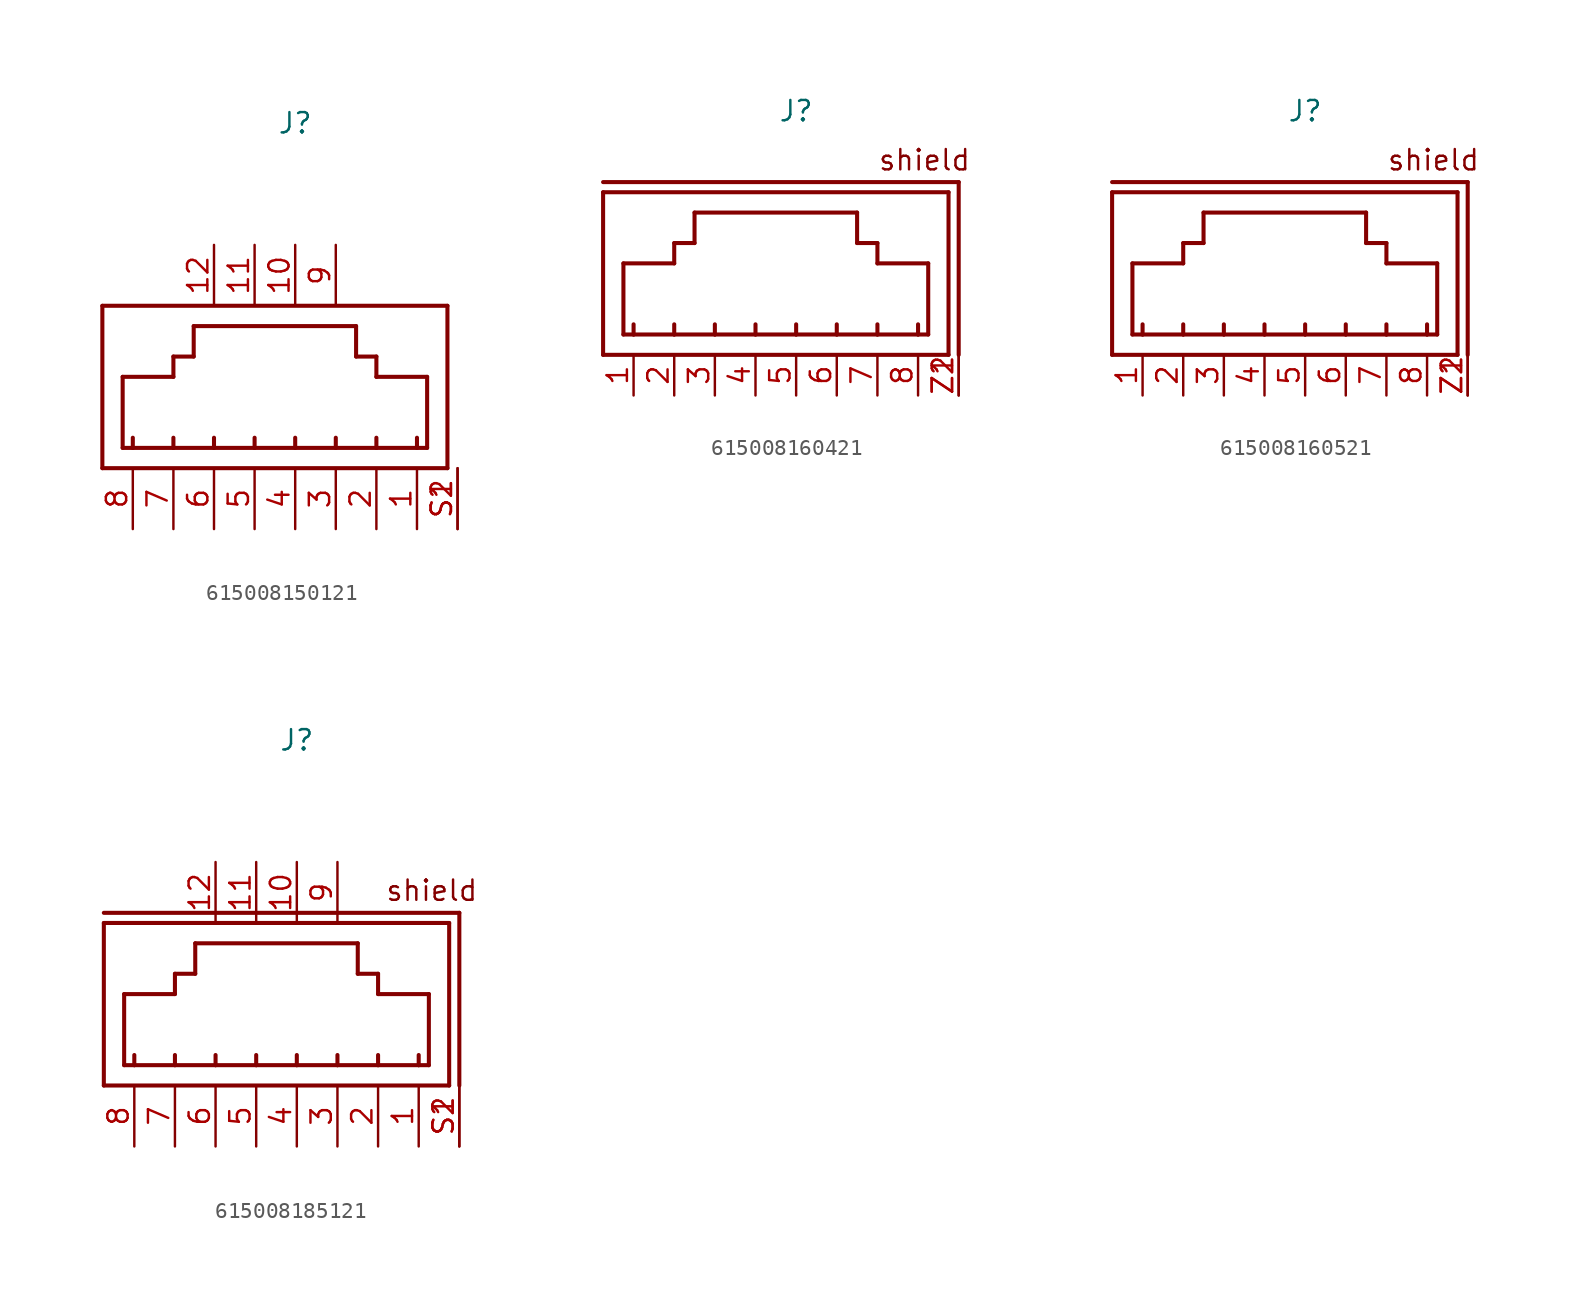
<source format=kicad_sym>
(kicad_symbol_lib
  (version 20241209)
  (generator "kicad_symbol_editor")
  (generator_version "9.0")
  (symbol "615008150121"
    (pin_names
      (hide yes))
    (property "Reference" "J"
      (at 0 16.51 0)
      (effects (font (size 1.27 1.27))))
    (symbol "615008150121_1_0"
      (polyline (pts (xy -12.065 5.08) (xy 9.525 5.08)) (stroke (width 0.254) (type solid)) (fill (type none)))
      (polyline (pts (xy -12.065 -5.08) (xy -12.065 5.08)) (stroke (width 0.254) (type solid)) (fill (type none)))
      (polyline (pts (xy -10.795 0.635) (xy -7.62 0.635)) (stroke (width 0.254) (type solid)) (fill (type none)))
      (polyline (pts (xy -10.795 -3.81) (xy -10.795 0.635)) (stroke (width 0.254) (type solid)) (fill (type none)))
      (polyline (pts (xy -10.16 -3.81) (xy -10.795 -3.81)) (stroke (width 0.254) (type solid)) (fill (type none)))
      (polyline (pts (xy -10.16 -3.81) (xy -10.16 -3.175)) (stroke (width 0.254) (type solid)) (fill (type none)))
      (polyline (pts (xy -7.62 1.905) (xy -6.35 1.905)) (stroke (width 0.254) (type solid)) (fill (type none)))
      (polyline (pts (xy -7.62 0.635) (xy -7.62 1.905)) (stroke (width 0.254) (type solid)) (fill (type none)))
      (polyline (pts (xy -7.62 -3.81) (xy -10.16 -3.81)) (stroke (width 0.254) (type solid)) (fill (type none)))
      (polyline (pts (xy -7.62 -3.81) (xy -7.62 -3.175)) (stroke (width 0.254) (type solid)) (fill (type none)))
      (polyline (pts (xy -6.35 3.81) (xy 3.81 3.81)) (stroke (width 0.254) (type solid)) (fill (type none)))
      (polyline (pts (xy -6.35 1.905) (xy -6.35 3.81)) (stroke (width 0.254) (type solid)) (fill (type none)))
      (polyline (pts (xy -5.08 -3.81) (xy -7.62 -3.81)) (stroke (width 0.254) (type solid)) (fill (type none)))
      (polyline (pts (xy -5.08 -3.81) (xy -5.08 -3.175)) (stroke (width 0.254) (type solid)) (fill (type none)))
      (polyline (pts (xy -2.54 -3.81) (xy -5.08 -3.81)) (stroke (width 0.254) (type solid)) (fill (type none)))
      (polyline (pts (xy -2.54 -3.81) (xy -2.54 -3.175)) (stroke (width 0.254) (type solid)) (fill (type none)))
      (polyline (pts (xy 0 -3.81) (xy -2.54 -3.81)) (stroke (width 0.254) (type solid)) (fill (type none)))
      (polyline (pts (xy 0 -3.81) (xy 0 -3.175)) (stroke (width 0.254) (type solid)) (fill (type none)))
      (polyline (pts (xy 2.54 -3.81) (xy 0 -3.81)) (stroke (width 0.254) (type solid)) (fill (type none)))
      (polyline (pts (xy 2.54 -3.81) (xy 2.54 -3.175)) (stroke (width 0.254) (type solid)) (fill (type none)))
      (polyline (pts (xy 3.81 1.905) (xy 3.81 3.81)) (stroke (width 0.254) (type solid)) (fill (type none)))
      (polyline (pts (xy 5.08 1.905) (xy 3.81 1.905)) (stroke (width 0.254) (type solid)) (fill (type none)))
      (polyline (pts (xy 5.08 0.635) (xy 5.08 1.905)) (stroke (width 0.254) (type solid)) (fill (type none)))
      (polyline (pts (xy 5.08 -3.81) (xy 2.54 -3.81)) (stroke (width 0.254) (type solid)) (fill (type none)))
      (polyline (pts (xy 5.08 -3.81) (xy 5.08 -3.175)) (stroke (width 0.254) (type solid)) (fill (type none)))
      (polyline (pts (xy 7.62 -3.81) (xy 5.08 -3.81)) (stroke (width 0.254) (type solid)) (fill (type none)))
      (polyline (pts (xy 7.62 -3.81) (xy 7.62 -3.175)) (stroke (width 0.254) (type solid)) (fill (type none)))
      (polyline (pts (xy 8.255 0.635) (xy 5.08 0.635)) (stroke (width 0.254) (type solid)) (fill (type none)))
      (polyline (pts (xy 8.255 0.635) (xy 8.255 -3.81)) (stroke (width 0.254) (type solid)) (fill (type none)))
      (polyline (pts (xy 8.255 -3.81) (xy 7.62 -3.81)) (stroke (width 0.254) (type solid)) (fill (type none)))
      (polyline (pts (xy 9.525 5.08) (xy 9.525 -5.08)) (stroke (width 0.254) (type solid)) (fill (type none)))
      (polyline (pts (xy 9.525 -5.08) (xy -12.065 -5.08)) (stroke (width 0.254) (type solid)) (fill (type none)))
      (pin passive line (at -10.16 -8.89 90) (length 3.81) (name "8" (effects (font (size 1.27 1.27)))) (number "8" (effects (font (size 1.27 1.27)))))
      (pin passive line (at -7.62 -8.89 90) (length 3.81) (name "7" (effects (font (size 1.27 1.27)))) (number "7" (effects (font (size 1.27 1.27)))))
      (pin passive line (at -5.08 8.89 270) (length 3.81) (name "Y+" (effects (font (size 1.27 1.27)))) (number "12" (effects (font (size 1.27 1.27)))))
      (pin passive line (at -5.08 -8.89 90) (length 3.81) (name "6" (effects (font (size 1.27 1.27)))) (number "6" (effects (font (size 1.27 1.27)))))
      (pin passive line (at -2.54 8.89 270) (length 3.81) (name "Y-" (effects (font (size 1.27 1.27)))) (number "11" (effects (font (size 1.27 1.27)))))
      (pin passive line (at -2.54 -8.89 90) (length 3.81) (name "5" (effects (font (size 1.27 1.27)))) (number "5" (effects (font (size 1.27 1.27)))))
      (pin passive line (at 0 8.89 270) (length 3.81) (name "G+" (effects (font (size 1.27 1.27)))) (number "10" (effects (font (size 1.27 1.27)))))
      (pin passive line (at 0 -8.89 90) (length 3.81) (name "4" (effects (font (size 1.27 1.27)))) (number "4" (effects (font (size 1.27 1.27)))))
      (pin passive line (at 2.54 8.89 270) (length 3.81) (name "G-" (effects (font (size 1.27 1.27)))) (number "9" (effects (font (size 1.27 1.27)))))
      (pin passive line (at 2.54 -8.89 90) (length 3.81) (name "3" (effects (font (size 1.27 1.27)))) (number "3" (effects (font (size 1.27 1.27)))))
      (pin passive line (at 5.08 -8.89 90) (length 3.81) (name "2" (effects (font (size 1.27 1.27)))) (number "2" (effects (font (size 1.27 1.27)))))
      (pin passive line (at 7.62 -8.89 90) (length 3.81) (name "1" (effects (font (size 1.27 1.27)))) (number "1" (effects (font (size 1.27 1.27)))))
      (pin passive line (at 10.16 -8.89 90) (length 3.81) (name "SHIELD" (effects (font (size 1.27 1.27)))) (number "S1" (effects (font (size 1.27 1.27)))))
      (pin passive line (at 10.16 -8.89 90) (length 3.81) (name "SHIELD" (effects (font (size 1.27 1.27)))) (number "S2" (effects (font (size 1.27 1.27)))))))
  (symbol "615008160421"
    (pin_names
      (hide yes))
    (property "Reference" "J"
      (at 0 10.16 0)
      (effects (font (size 1.27 1.27))))
    (symbol "615008160421_1_0"
      (polyline (pts (xy -12.065 5.715) (xy 10.16 5.715)) (stroke (width 0.254) (type solid)) (fill (type none)))
      (polyline (pts (xy -12.065 5.08) (xy 9.525 5.08)) (stroke (width 0.254) (type solid)) (fill (type none)))
      (polyline (pts (xy -12.065 -5.08) (xy -12.065 5.08)) (stroke (width 0.254) (type solid)) (fill (type none)))
      (polyline (pts (xy -10.795 0.635) (xy -7.62 0.635)) (stroke (width 0.254) (type solid)) (fill (type none)))
      (polyline (pts (xy -10.795 -3.81) (xy -10.795 0.635)) (stroke (width 0.254) (type solid)) (fill (type none)))
      (polyline (pts (xy -10.16 -3.81) (xy -10.795 -3.81)) (stroke (width 0.254) (type solid)) (fill (type none)))
      (polyline (pts (xy -10.16 -3.81) (xy -10.16 -3.175)) (stroke (width 0.254) (type solid)) (fill (type none)))
      (polyline (pts (xy -7.62 1.905) (xy -6.35 1.905)) (stroke (width 0.254) (type solid)) (fill (type none)))
      (polyline (pts (xy -7.62 0.635) (xy -7.62 1.905)) (stroke (width 0.254) (type solid)) (fill (type none)))
      (polyline (pts (xy -7.62 -3.81) (xy -10.16 -3.81)) (stroke (width 0.254) (type solid)) (fill (type none)))
      (polyline (pts (xy -7.62 -3.81) (xy -7.62 -3.175)) (stroke (width 0.254) (type solid)) (fill (type none)))
      (polyline (pts (xy -6.35 3.81) (xy 3.81 3.81)) (stroke (width 0.254) (type solid)) (fill (type none)))
      (polyline (pts (xy -6.35 1.905) (xy -6.35 3.81)) (stroke (width 0.254) (type solid)) (fill (type none)))
      (polyline (pts (xy -5.08 -3.81) (xy -7.62 -3.81)) (stroke (width 0.254) (type solid)) (fill (type none)))
      (polyline (pts (xy -5.08 -3.81) (xy -5.08 -3.175)) (stroke (width 0.254) (type solid)) (fill (type none)))
      (polyline (pts (xy -2.54 -3.81) (xy -5.08 -3.81)) (stroke (width 0.254) (type solid)) (fill (type none)))
      (polyline (pts (xy -2.54 -3.81) (xy -2.54 -3.175)) (stroke (width 0.254) (type solid)) (fill (type none)))
      (polyline (pts (xy 0 -3.81) (xy -2.54 -3.81)) (stroke (width 0.254) (type solid)) (fill (type none)))
      (polyline (pts (xy 0 -3.81) (xy 0 -3.175)) (stroke (width 0.254) (type solid)) (fill (type none)))
      (polyline (pts (xy 2.54 -3.81) (xy 0 -3.81)) (stroke (width 0.254) (type solid)) (fill (type none)))
      (polyline (pts (xy 2.54 -3.81) (xy 2.54 -3.175)) (stroke (width 0.254) (type solid)) (fill (type none)))
      (polyline (pts (xy 3.81 1.905) (xy 3.81 3.81)) (stroke (width 0.254) (type solid)) (fill (type none)))
      (polyline (pts (xy 5.08 1.905) (xy 3.81 1.905)) (stroke (width 0.254) (type solid)) (fill (type none)))
      (polyline (pts (xy 5.08 0.635) (xy 5.08 1.905)) (stroke (width 0.254) (type solid)) (fill (type none)))
      (polyline (pts (xy 5.08 -3.81) (xy 2.54 -3.81)) (stroke (width 0.254) (type solid)) (fill (type none)))
      (polyline (pts (xy 5.08 -3.81) (xy 5.08 -3.175)) (stroke (width 0.254) (type solid)) (fill (type none)))
      (polyline (pts (xy 7.62 -3.81) (xy 5.08 -3.81)) (stroke (width 0.254) (type solid)) (fill (type none)))
      (polyline (pts (xy 7.62 -3.81) (xy 7.62 -3.175)) (stroke (width 0.254) (type solid)) (fill (type none)))
      (polyline (pts (xy 8.255 0.635) (xy 5.08 0.635)) (stroke (width 0.254) (type solid)) (fill (type none)))
      (polyline (pts (xy 8.255 0.635) (xy 8.255 -3.81)) (stroke (width 0.254) (type solid)) (fill (type none)))
      (polyline (pts (xy 8.255 -3.81) (xy 7.62 -3.81)) (stroke (width 0.254) (type solid)) (fill (type none)))
      (polyline (pts (xy 9.525 5.08) (xy 9.525 -5.08)) (stroke (width 0.254) (type solid)) (fill (type none)))
      (polyline (pts (xy 9.525 -5.08) (xy -12.065 -5.08)) (stroke (width 0.254) (type solid)) (fill (type none)))
      (polyline (pts (xy 10.16 5.715) (xy 10.16 -5.08)) (stroke (width 0.254) (type solid)) (fill (type none)))
      (pin passive line (at -10.16 -7.62 90) (length 2.54) (name "1" (effects (font (size 1.27 1.27)))) (number "1" (effects (font (size 1.27 1.27)))))
      (pin passive line (at -7.62 -7.62 90) (length 2.54) (name "2" (effects (font (size 1.27 1.27)))) (number "2" (effects (font (size 1.27 1.27)))))
      (pin passive line (at -5.08 -7.62 90) (length 2.54) (name "3" (effects (font (size 1.27 1.27)))) (number "3" (effects (font (size 1.27 1.27)))))
      (pin passive line (at -2.54 -7.62 90) (length 2.54) (name "4" (effects (font (size 1.27 1.27)))) (number "4" (effects (font (size 1.27 1.27)))))
      (pin passive line (at 0 -7.62 90) (length 2.54) (name "5" (effects (font (size 1.27 1.27)))) (number "5" (effects (font (size 1.27 1.27)))))
      (pin passive line (at 2.54 -7.62 90) (length 2.54) (name "6" (effects (font (size 1.27 1.27)))) (number "6" (effects (font (size 1.27 1.27)))))
      (pin passive line (at 5.08 -7.62 90) (length 2.54) (name "7" (effects (font (size 1.27 1.27)))) (number "7" (effects (font (size 1.27 1.27)))))
      (pin passive line (at 7.62 -7.62 90) (length 2.54) (name "8" (effects (font (size 1.27 1.27)))) (number "8" (effects (font (size 1.27 1.27)))))
      (pin passive line (at 10.16 -7.62 90) (length 2.54) (name "SHIELD" (effects (font (size 1.27 1.27)))) (number "Z1" (effects (font (size 1.27 1.27)))))
      (pin passive line (at 10.16 -7.62 90) (length 2.54) (name "SHIELD" (effects (font (size 1.27 1.27)))) (number "Z2" (effects (font (size 1.27 1.27))))))
    (symbol "615008160421_1_1"
      (text "shield" (at 5.08 6.35 0) (effects (font (size 1.27 1.27)) (justify left bottom)))))
  (symbol "615008160521"
    (pin_names
      (hide yes))
    (property "Reference" "J"
      (at 0 10.16 0)
      (effects (font (size 1.27 1.27))))
    (symbol "615008160521_1_0"
      (polyline (pts (xy -12.065 5.715) (xy 10.16 5.715)) (stroke (width 0.254) (type solid)) (fill (type none)))
      (polyline (pts (xy -12.065 5.08) (xy 9.525 5.08)) (stroke (width 0.254) (type solid)) (fill (type none)))
      (polyline (pts (xy -12.065 -5.08) (xy -12.065 5.08)) (stroke (width 0.254) (type solid)) (fill (type none)))
      (polyline (pts (xy -10.795 0.635) (xy -7.62 0.635)) (stroke (width 0.254) (type solid)) (fill (type none)))
      (polyline (pts (xy -10.795 -3.81) (xy -10.795 0.635)) (stroke (width 0.254) (type solid)) (fill (type none)))
      (polyline (pts (xy -10.16 -3.81) (xy -10.795 -3.81)) (stroke (width 0.254) (type solid)) (fill (type none)))
      (polyline (pts (xy -10.16 -3.81) (xy -10.16 -3.175)) (stroke (width 0.254) (type solid)) (fill (type none)))
      (polyline (pts (xy -7.62 1.905) (xy -6.35 1.905)) (stroke (width 0.254) (type solid)) (fill (type none)))
      (polyline (pts (xy -7.62 0.635) (xy -7.62 1.905)) (stroke (width 0.254) (type solid)) (fill (type none)))
      (polyline (pts (xy -7.62 -3.81) (xy -10.16 -3.81)) (stroke (width 0.254) (type solid)) (fill (type none)))
      (polyline (pts (xy -7.62 -3.81) (xy -7.62 -3.175)) (stroke (width 0.254) (type solid)) (fill (type none)))
      (polyline (pts (xy -6.35 3.81) (xy 3.81 3.81)) (stroke (width 0.254) (type solid)) (fill (type none)))
      (polyline (pts (xy -6.35 1.905) (xy -6.35 3.81)) (stroke (width 0.254) (type solid)) (fill (type none)))
      (polyline (pts (xy -5.08 -3.81) (xy -7.62 -3.81)) (stroke (width 0.254) (type solid)) (fill (type none)))
      (polyline (pts (xy -5.08 -3.81) (xy -5.08 -3.175)) (stroke (width 0.254) (type solid)) (fill (type none)))
      (polyline (pts (xy -2.54 -3.81) (xy -5.08 -3.81)) (stroke (width 0.254) (type solid)) (fill (type none)))
      (polyline (pts (xy -2.54 -3.81) (xy -2.54 -3.175)) (stroke (width 0.254) (type solid)) (fill (type none)))
      (polyline (pts (xy 0 -3.81) (xy -2.54 -3.81)) (stroke (width 0.254) (type solid)) (fill (type none)))
      (polyline (pts (xy 0 -3.81) (xy 0 -3.175)) (stroke (width 0.254) (type solid)) (fill (type none)))
      (polyline (pts (xy 2.54 -3.81) (xy 0 -3.81)) (stroke (width 0.254) (type solid)) (fill (type none)))
      (polyline (pts (xy 2.54 -3.81) (xy 2.54 -3.175)) (stroke (width 0.254) (type solid)) (fill (type none)))
      (polyline (pts (xy 3.81 1.905) (xy 3.81 3.81)) (stroke (width 0.254) (type solid)) (fill (type none)))
      (polyline (pts (xy 5.08 1.905) (xy 3.81 1.905)) (stroke (width 0.254) (type solid)) (fill (type none)))
      (polyline (pts (xy 5.08 0.635) (xy 5.08 1.905)) (stroke (width 0.254) (type solid)) (fill (type none)))
      (polyline (pts (xy 5.08 -3.81) (xy 2.54 -3.81)) (stroke (width 0.254) (type solid)) (fill (type none)))
      (polyline (pts (xy 5.08 -3.81) (xy 5.08 -3.175)) (stroke (width 0.254) (type solid)) (fill (type none)))
      (polyline (pts (xy 7.62 -3.81) (xy 5.08 -3.81)) (stroke (width 0.254) (type solid)) (fill (type none)))
      (polyline (pts (xy 7.62 -3.81) (xy 7.62 -3.175)) (stroke (width 0.254) (type solid)) (fill (type none)))
      (polyline (pts (xy 8.255 0.635) (xy 5.08 0.635)) (stroke (width 0.254) (type solid)) (fill (type none)))
      (polyline (pts (xy 8.255 0.635) (xy 8.255 -3.81)) (stroke (width 0.254) (type solid)) (fill (type none)))
      (polyline (pts (xy 8.255 -3.81) (xy 7.62 -3.81)) (stroke (width 0.254) (type solid)) (fill (type none)))
      (polyline (pts (xy 9.525 5.08) (xy 9.525 -5.08)) (stroke (width 0.254) (type solid)) (fill (type none)))
      (polyline (pts (xy 9.525 -5.08) (xy -12.065 -5.08)) (stroke (width 0.254) (type solid)) (fill (type none)))
      (polyline (pts (xy 10.16 5.715) (xy 10.16 -5.08)) (stroke (width 0.254) (type solid)) (fill (type none)))
      (pin passive line (at -10.16 -7.62 90) (length 2.54) (name "1" (effects (font (size 1.27 1.27)))) (number "1" (effects (font (size 1.27 1.27)))))
      (pin passive line (at -7.62 -7.62 90) (length 2.54) (name "2" (effects (font (size 1.27 1.27)))) (number "2" (effects (font (size 1.27 1.27)))))
      (pin passive line (at -5.08 -7.62 90) (length 2.54) (name "3" (effects (font (size 1.27 1.27)))) (number "3" (effects (font (size 1.27 1.27)))))
      (pin passive line (at -2.54 -7.62 90) (length 2.54) (name "4" (effects (font (size 1.27 1.27)))) (number "4" (effects (font (size 1.27 1.27)))))
      (pin passive line (at 0 -7.62 90) (length 2.54) (name "5" (effects (font (size 1.27 1.27)))) (number "5" (effects (font (size 1.27 1.27)))))
      (pin passive line (at 2.54 -7.62 90) (length 2.54) (name "6" (effects (font (size 1.27 1.27)))) (number "6" (effects (font (size 1.27 1.27)))))
      (pin passive line (at 5.08 -7.62 90) (length 2.54) (name "7" (effects (font (size 1.27 1.27)))) (number "7" (effects (font (size 1.27 1.27)))))
      (pin passive line (at 7.62 -7.62 90) (length 2.54) (name "8" (effects (font (size 1.27 1.27)))) (number "8" (effects (font (size 1.27 1.27)))))
      (pin passive line (at 10.16 -7.62 90) (length 2.54) (name "SHIELD" (effects (font (size 1.27 1.27)))) (number "Z1" (effects (font (size 1.27 1.27)))))
      (pin passive line (at 10.16 -7.62 90) (length 2.54) (name "SHIELD" (effects (font (size 1.27 1.27)))) (number "Z2" (effects (font (size 1.27 1.27))))))
    (symbol "615008160521_1_1"
      (text "shield" (at 5.08 6.35 0) (effects (font (size 1.27 1.27)) (justify left bottom)))))
  (symbol "615008185121"
    (pin_names
      (hide yes))
    (property "Reference" "J"
      (at 0 16.51 0)
      (effects (font (size 1.27 1.27))))
    (symbol "615008185121_1_0"
      (polyline (pts (xy -12.065 5.715) (xy 10.16 5.715)) (stroke (width 0.254) (type solid)) (fill (type none)))
      (polyline (pts (xy -12.065 5.08) (xy 9.525 5.08)) (stroke (width 0.254) (type solid)) (fill (type none)))
      (polyline (pts (xy -12.065 -5.08) (xy -12.065 5.08)) (stroke (width 0.254) (type solid)) (fill (type none)))
      (polyline (pts (xy -10.795 0.635) (xy -7.62 0.635)) (stroke (width 0.254) (type solid)) (fill (type none)))
      (polyline (pts (xy -10.795 -3.81) (xy -10.795 0.635)) (stroke (width 0.254) (type solid)) (fill (type none)))
      (polyline (pts (xy -10.16 -3.81) (xy -10.795 -3.81)) (stroke (width 0.254) (type solid)) (fill (type none)))
      (polyline (pts (xy -10.16 -3.81) (xy -10.16 -3.175)) (stroke (width 0.254) (type solid)) (fill (type none)))
      (polyline (pts (xy -7.62 1.905) (xy -6.35 1.905)) (stroke (width 0.254) (type solid)) (fill (type none)))
      (polyline (pts (xy -7.62 0.635) (xy -7.62 1.905)) (stroke (width 0.254) (type solid)) (fill (type none)))
      (polyline (pts (xy -7.62 -3.81) (xy -10.16 -3.81)) (stroke (width 0.254) (type solid)) (fill (type none)))
      (polyline (pts (xy -7.62 -3.81) (xy -7.62 -3.175)) (stroke (width 0.254) (type solid)) (fill (type none)))
      (polyline (pts (xy -6.35 3.81) (xy 3.81 3.81)) (stroke (width 0.254) (type solid)) (fill (type none)))
      (polyline (pts (xy -6.35 1.905) (xy -6.35 3.81)) (stroke (width 0.254) (type solid)) (fill (type none)))
      (polyline (pts (xy -5.08 -3.81) (xy -7.62 -3.81)) (stroke (width 0.254) (type solid)) (fill (type none)))
      (polyline (pts (xy -5.08 -3.81) (xy -5.08 -3.175)) (stroke (width 0.254) (type solid)) (fill (type none)))
      (polyline (pts (xy -2.54 -3.81) (xy -5.08 -3.81)) (stroke (width 0.254) (type solid)) (fill (type none)))
      (polyline (pts (xy -2.54 -3.81) (xy -2.54 -3.175)) (stroke (width 0.254) (type solid)) (fill (type none)))
      (polyline (pts (xy 0 -3.81) (xy -2.54 -3.81)) (stroke (width 0.254) (type solid)) (fill (type none)))
      (polyline (pts (xy 0 -3.81) (xy 0 -3.175)) (stroke (width 0.254) (type solid)) (fill (type none)))
      (polyline (pts (xy 2.54 -3.81) (xy 0 -3.81)) (stroke (width 0.254) (type solid)) (fill (type none)))
      (polyline (pts (xy 2.54 -3.81) (xy 2.54 -3.175)) (stroke (width 0.254) (type solid)) (fill (type none)))
      (polyline (pts (xy 3.81 1.905) (xy 3.81 3.81)) (stroke (width 0.254) (type solid)) (fill (type none)))
      (polyline (pts (xy 5.08 1.905) (xy 3.81 1.905)) (stroke (width 0.254) (type solid)) (fill (type none)))
      (polyline (pts (xy 5.08 0.635) (xy 5.08 1.905)) (stroke (width 0.254) (type solid)) (fill (type none)))
      (polyline (pts (xy 5.08 -3.81) (xy 2.54 -3.81)) (stroke (width 0.254) (type solid)) (fill (type none)))
      (polyline (pts (xy 5.08 -3.81) (xy 5.08 -3.175)) (stroke (width 0.254) (type solid)) (fill (type none)))
      (polyline (pts (xy 7.62 -3.81) (xy 5.08 -3.81)) (stroke (width 0.254) (type solid)) (fill (type none)))
      (polyline (pts (xy 7.62 -3.81) (xy 7.62 -3.175)) (stroke (width 0.254) (type solid)) (fill (type none)))
      (polyline (pts (xy 8.255 0.635) (xy 5.08 0.635)) (stroke (width 0.254) (type solid)) (fill (type none)))
      (polyline (pts (xy 8.255 0.635) (xy 8.255 -3.81)) (stroke (width 0.254) (type solid)) (fill (type none)))
      (polyline (pts (xy 8.255 -3.81) (xy 7.62 -3.81)) (stroke (width 0.254) (type solid)) (fill (type none)))
      (polyline (pts (xy 9.525 5.08) (xy 9.525 -5.08)) (stroke (width 0.254) (type solid)) (fill (type none)))
      (polyline (pts (xy 9.525 -5.08) (xy -12.065 -5.08)) (stroke (width 0.254) (type solid)) (fill (type none)))
      (polyline (pts (xy 10.16 5.715) (xy 10.16 -5.08)) (stroke (width 0.254) (type solid)) (fill (type none)))
      (text "shield" (at 5.495 6.365 0) (effects (font (size 1.27 1.27)) (justify left bottom)))
      (pin passive line (at -10.16 -8.89 90) (length 3.81) (name "8" (effects (font (size 1.27 1.27)))) (number "8" (effects (font (size 1.27 1.27)))))
      (pin passive line (at -7.62 -8.89 90) (length 3.81) (name "7" (effects (font (size 1.27 1.27)))) (number "7" (effects (font (size 1.27 1.27)))))
      (pin passive line (at -5.08 8.89 270) (length 3.81) (name "Y+" (effects (font (size 1.27 1.27)))) (number "12" (effects (font (size 1.27 1.27)))))
      (pin passive line (at -5.08 -8.89 90) (length 3.81) (name "6" (effects (font (size 1.27 1.27)))) (number "6" (effects (font (size 1.27 1.27)))))
      (pin passive line (at -2.54 8.89 270) (length 3.81) (name "Y-" (effects (font (size 1.27 1.27)))) (number "11" (effects (font (size 1.27 1.27)))))
      (pin passive line (at -2.54 -8.89 90) (length 3.81) (name "5" (effects (font (size 1.27 1.27)))) (number "5" (effects (font (size 1.27 1.27)))))
      (pin passive line (at 0 8.89 270) (length 3.81) (name "G+" (effects (font (size 1.27 1.27)))) (number "10" (effects (font (size 1.27 1.27)))))
      (pin passive line (at 0 -8.89 90) (length 3.81) (name "4" (effects (font (size 1.27 1.27)))) (number "4" (effects (font (size 1.27 1.27)))))
      (pin passive line (at 2.54 8.89 270) (length 3.81) (name "G-" (effects (font (size 1.27 1.27)))) (number "9" (effects (font (size 1.27 1.27)))))
      (pin passive line (at 2.54 -8.89 90) (length 3.81) (name "3" (effects (font (size 1.27 1.27)))) (number "3" (effects (font (size 1.27 1.27)))))
      (pin passive line (at 5.08 -8.89 90) (length 3.81) (name "2" (effects (font (size 1.27 1.27)))) (number "2" (effects (font (size 1.27 1.27)))))
      (pin passive line (at 7.62 -8.89 90) (length 3.81) (name "1" (effects (font (size 1.27 1.27)))) (number "1" (effects (font (size 1.27 1.27)))))
      (pin passive line (at 10.16 -8.89 90) (length 3.81) (name "SHIELD" (effects (font (size 1.27 1.27)))) (number "S1" (effects (font (size 1.27 1.27)))))
      (pin passive line (at 10.16 -8.89 90) (length 3.81) (name "SHIELD" (effects (font (size 1.27 1.27)))) (number "S2" (effects (font (size 1.27 1.27))))))))
</source>
